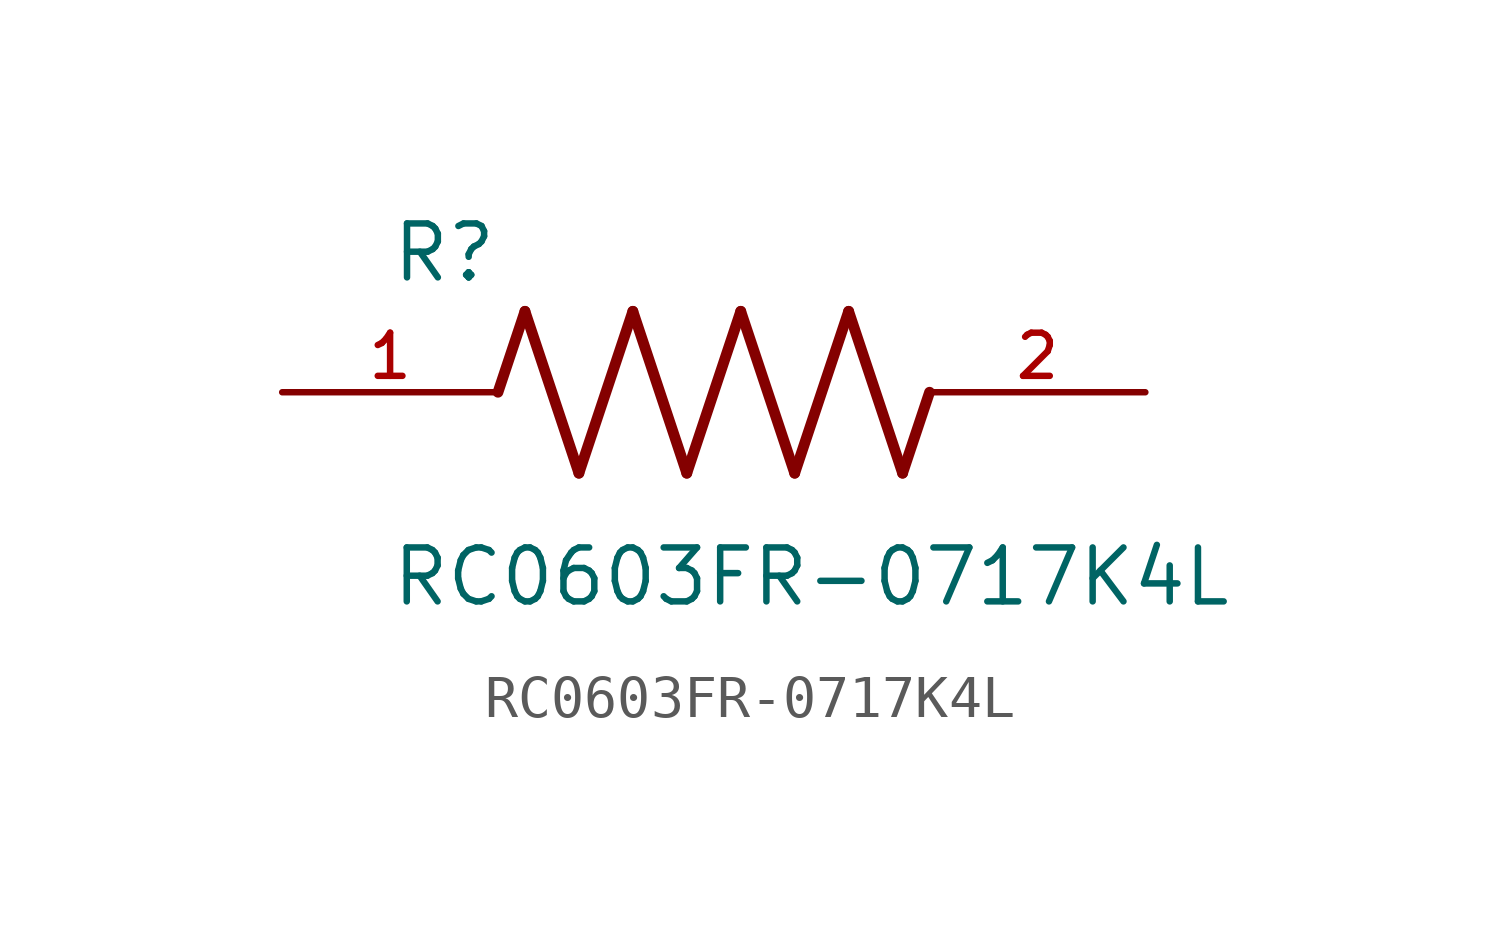
<source format=kicad_sym>
(kicad_symbol_lib
  (version 20211014)
  (generator kicad_symbol_editor)
  (symbol "RC0603FR-0717K4L"
    (pin_names
      (offset 1.016))
    (property "Reference" "R"
      (at -7.624 2.541 0)
      (effects (font (size 1.27 1.27)) (justify bottom left)))
    (property "Value" "RC0603FR-0717K4L"
      (at -7.63 -5.087 0)
      (effects (font (size 1.27 1.27)) (justify bottom left)))
    (symbol "RC0603FR-0717K4L_0_0"
      (polyline (pts (xy -5.08 0.0) (xy -4.445 1.905)) (stroke (width 0.254)))
      (polyline (pts (xy -4.445 1.905) (xy -3.175 -1.905)) (stroke (width 0.254)))
      (polyline (pts (xy -3.175 -1.905) (xy -1.905 1.905)) (stroke (width 0.254)))
      (polyline (pts (xy -1.905 1.905) (xy -0.635 -1.905)) (stroke (width 0.254)))
      (polyline (pts (xy -0.635 -1.905) (xy 0.635 1.905)) (stroke (width 0.254)))
      (polyline (pts (xy 0.635 1.905) (xy 1.905 -1.905)) (stroke (width 0.254)))
      (polyline (pts (xy 1.905 -1.905) (xy 3.175 1.905)) (stroke (width 0.254)))
      (polyline (pts (xy 3.175 1.905) (xy 4.445 -1.905)) (stroke (width 0.254)))
      (polyline (pts (xy 4.445 -1.905) (xy 5.08 0.0)) (stroke (width 0.254)))
      (pin passive line (at -10.16 0.0 0) (length 5.08) (name "~" (effects (font (size 1.016 1.016)))) (number "1" (effects (font (size 1.016 1.016)))))
      (pin passive line (at 10.16 0.0 180.0) (length 5.08) (name "~" (effects (font (size 1.016 1.016)))) (number "2" (effects (font (size 1.016 1.016))))))))
</source>
